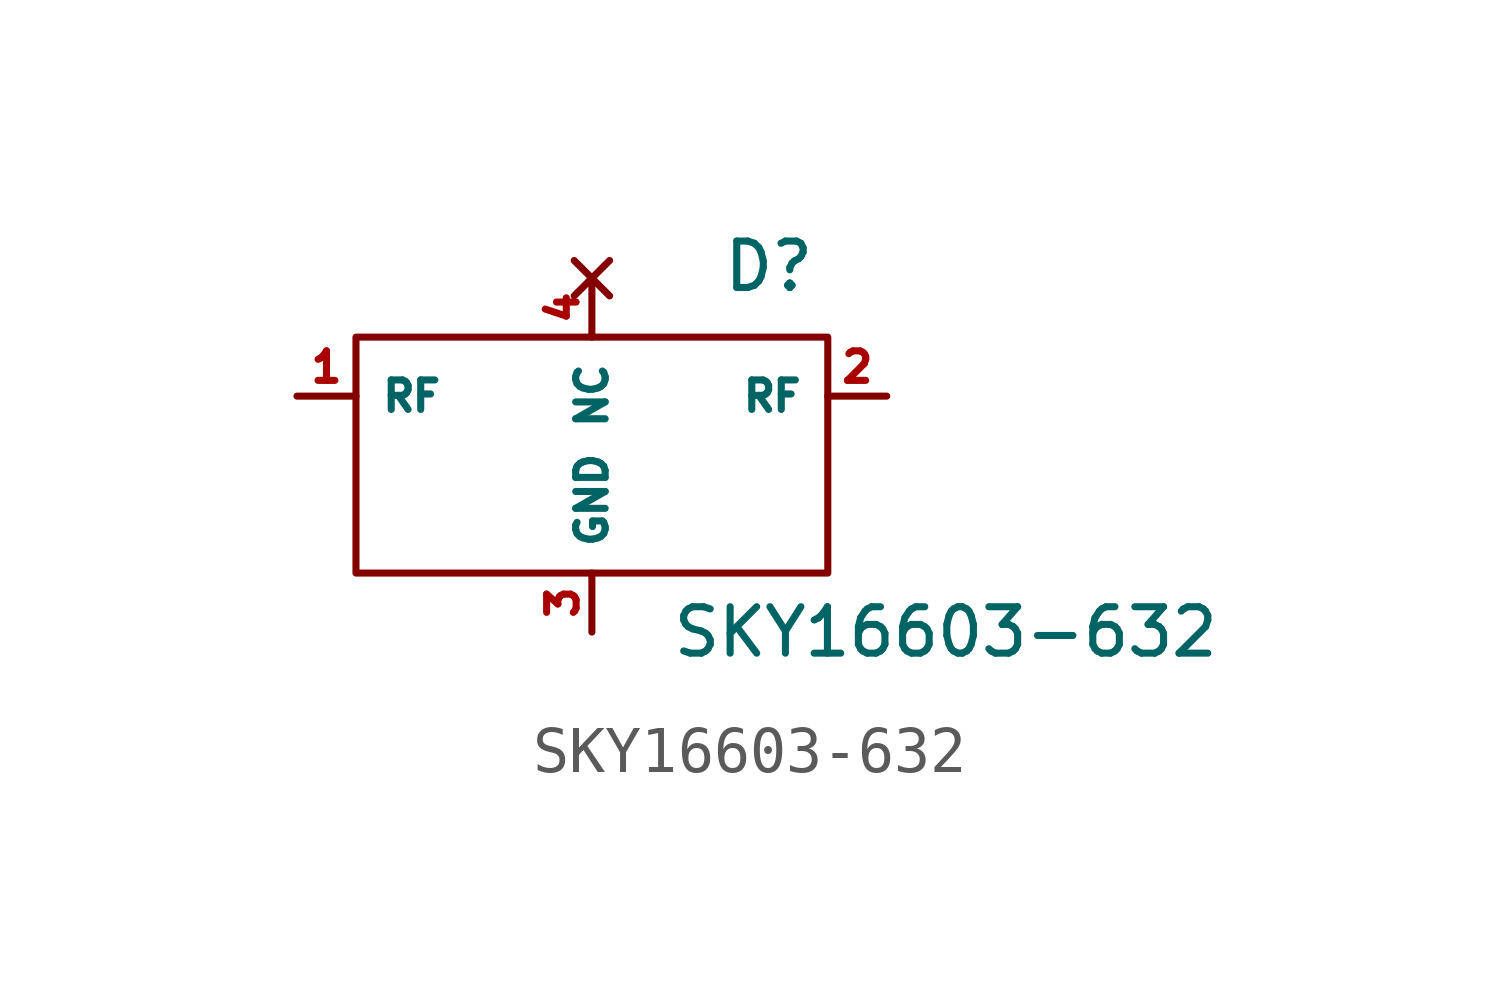
<source format=kicad_sym>
(kicad_symbol_lib
  (version 20231120)
  (generator "kicad_symbol_editor")
  (generator_version "8.0")
  (symbol "SKY16603-632"
    (property "Reference" "D"
      (at 3.81 2.794 0)
      (effects (font (size 1 1))))
    (property "Value" "SKY16603-632"
      (at 7.62 -5.08 0)
      (effects (font (size 1 1))))
    (symbol "SKY16603-632_0_1"
      (rectangle (start -5.08 1.27) (end 5.08 -3.81) (stroke (width 0) (type default)) (fill (type none))))
    (symbol "SKY16603-632_1_1"
      (pin passive line (at -6.35 0 0) (length 1.27) (name "RF" (effects (font (size 0.635 0.635)))) (number "1" (effects (font (size 0.635 0.635)))))
      (pin passive line (at 6.35 0 180) (length 1.27) (name "RF" (effects (font (size 0.635 0.635)))) (number "2" (effects (font (size 0.635 0.635)))))
      (pin passive line (at 0 -5.08 90) (length 1.27) (name "GND" (effects (font (size 0.635 0.635)))) (number "3" (effects (font (size 0.635 0.635)))))
      (pin no_connect line (at 0 2.54 270) (length 1.27) (name "NC" (effects (font (size 0.635 0.635)))) (number "4" (effects (font (size 0.635 0.635))))))))
</source>
